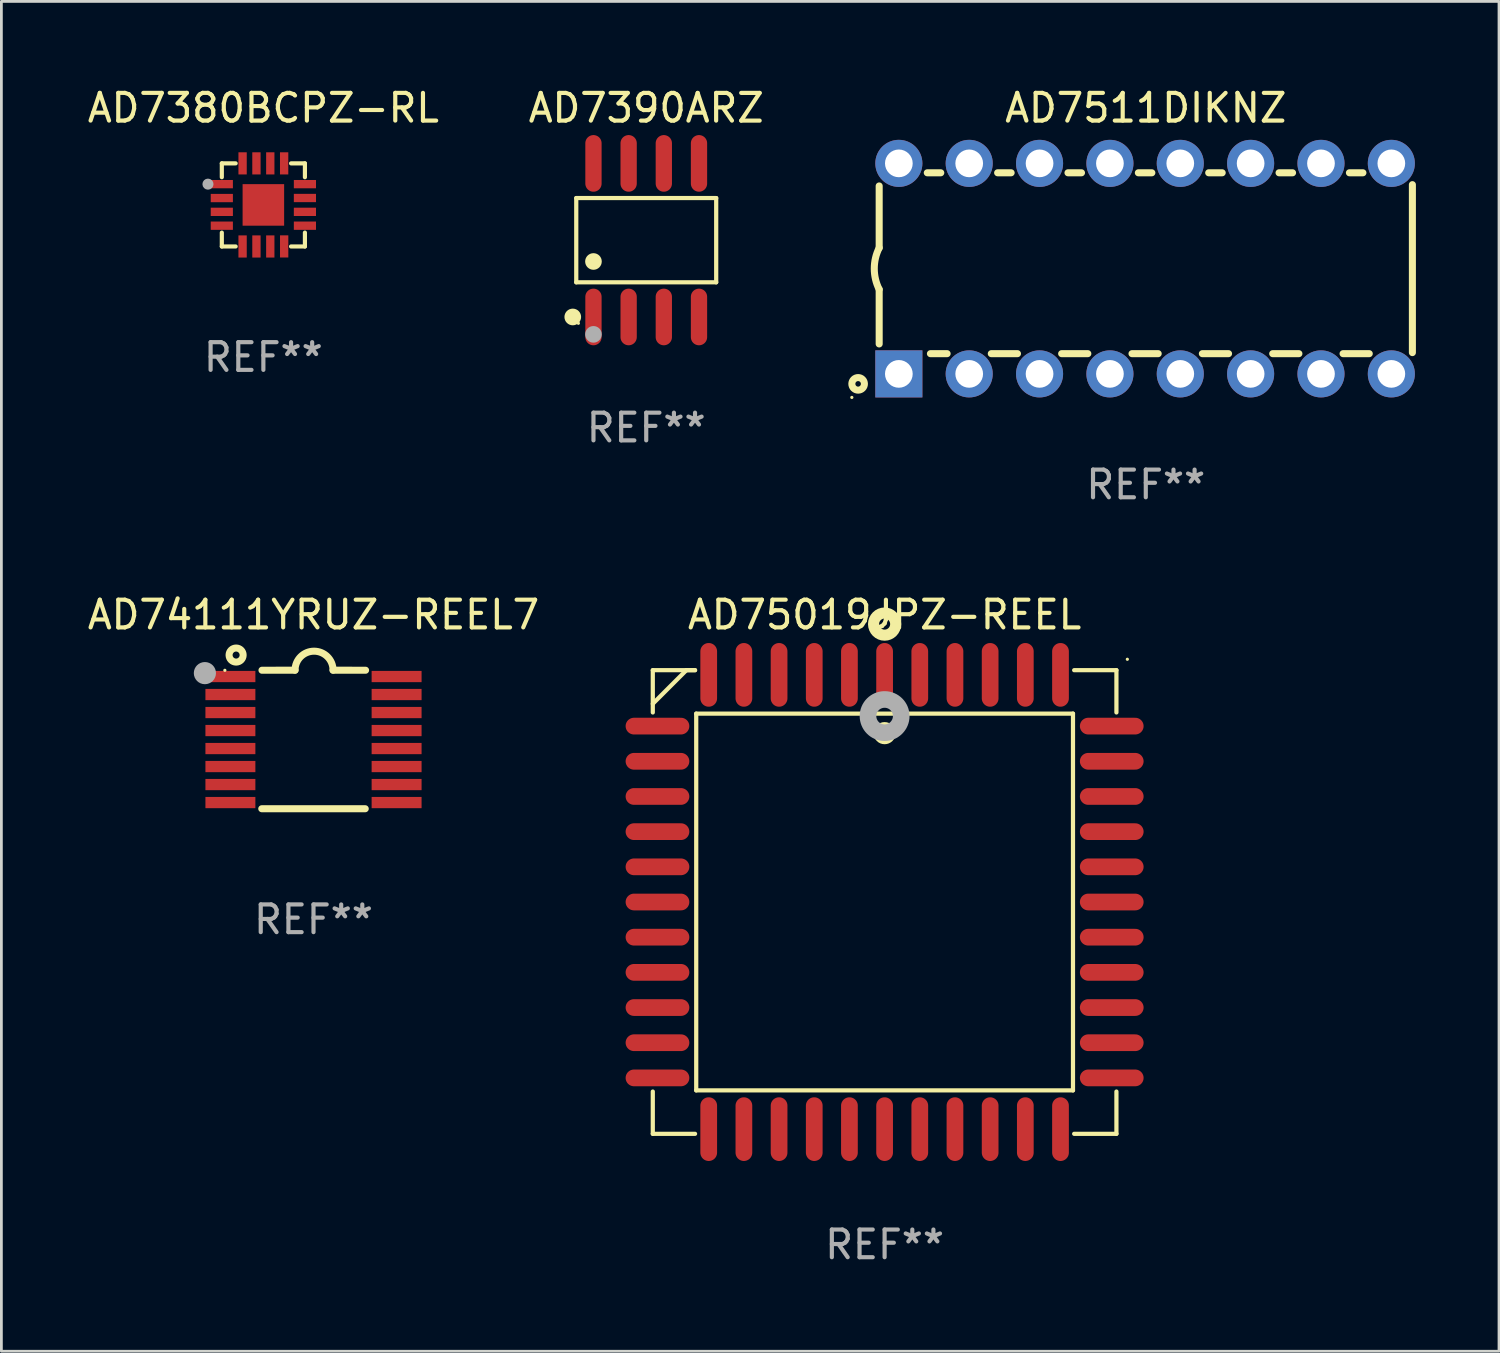
<source format=kicad_pcb>
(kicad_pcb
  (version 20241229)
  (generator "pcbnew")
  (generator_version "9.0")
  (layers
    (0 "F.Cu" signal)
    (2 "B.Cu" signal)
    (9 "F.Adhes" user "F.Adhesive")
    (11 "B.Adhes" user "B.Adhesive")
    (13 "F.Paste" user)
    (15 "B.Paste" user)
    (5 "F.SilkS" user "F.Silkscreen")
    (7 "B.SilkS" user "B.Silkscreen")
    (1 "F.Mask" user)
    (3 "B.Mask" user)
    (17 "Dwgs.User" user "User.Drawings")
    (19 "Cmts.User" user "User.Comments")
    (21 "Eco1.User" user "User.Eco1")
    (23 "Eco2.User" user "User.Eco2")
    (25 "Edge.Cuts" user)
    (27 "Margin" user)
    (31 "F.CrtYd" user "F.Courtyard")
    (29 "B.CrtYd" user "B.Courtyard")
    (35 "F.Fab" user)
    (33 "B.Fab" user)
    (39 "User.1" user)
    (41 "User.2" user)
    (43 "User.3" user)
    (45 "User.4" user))
  (footprint "AD7390ARZ"
    (layer "F.Cu")
    (at 20.28 5.621)
    (property "Reference" "AD7390ARZ" (at 0 -4.772 0) (layer "F.SilkS") (effects (font (size 1 1) (thickness 0.15))))
    (attr through_hole)
    (fp_line (start -2.526 -1.521) (end 2.526 -1.521) (stroke (width 0.152) (type solid)) (layer "F.SilkS"))
    (fp_line (start -2.526 1.521) (end -2.526 -1.521) (stroke (width 0.152) (type solid)) (layer "F.SilkS"))
    (fp_line (start 2.526 -1.521) (end 2.526 1.521) (stroke (width 0.152) (type solid)) (layer "F.SilkS"))
    (fp_line (start 2.526 1.521) (end -2.526 1.521) (stroke (width 0.152) (type solid)) (layer "F.SilkS"))
    (fp_circle (center -2.652 2.772) (end -2.501 2.772) (stroke (width 0.3) (type solid)) (fill no) (layer "F.SilkS"))
    (fp_circle (center -2.45 3) (end -2.42 3) (stroke (width 0.06) (type solid)) (fill no) (layer "F.SilkS"))
    (fp_circle (center -1.905 0.769) (end -1.755 0.769) (stroke (width 0.3) (type solid)) (fill no) (layer "F.SilkS"))
    (fp_circle (center -1.905 3.4) (end -1.755 3.4) (stroke (width 0.3) (type solid)) (fill no) (layer "F.Fab"))
    (fp_text user "REF**" (at 0 6.772 0) (layer "F.Fab") (effects (font (size 1 1) (thickness 0.15))))
    (pad "1" smd oval (at -1.905 2.772) (size 0.588 2.045) (layers "F.Cu" "F.Mask" "F.Paste"))
    (pad "2" smd oval (at -0.635 2.772) (size 0.588 2.045) (layers "F.Cu" "F.Mask" "F.Paste"))
    (pad "3" smd oval (at 0.635 2.772) (size 0.588 2.045) (layers "F.Cu" "F.Mask" "F.Paste"))
    (pad "4" smd oval (at 1.905 2.772) (size 0.588 2.045) (layers "F.Cu" "F.Mask" "F.Paste"))
    (pad "5" smd oval (at 1.905 -2.772) (size 0.588 2.045) (layers "F.Cu" "F.Mask" "F.Paste"))
    (pad "6" smd oval (at 0.635 -2.772) (size 0.588 2.045) (layers "F.Cu" "F.Mask" "F.Paste"))
    (pad "7" smd oval (at -0.635 -2.772) (size 0.588 2.045) (layers "F.Cu" "F.Mask" "F.Paste"))
    (pad "8" smd oval (at -1.905 -2.772) (size 0.588 2.045) (layers "F.Cu" "F.Mask" "F.Paste")))
  (footprint "AD75019JPZ-REEL"
    (layer "F.Cu")
    (at 28.886 29.514)
    (property "Reference" "AD75019JPZ-REEL" (at 0 -10.369 0) (layer "F.SilkS") (effects (font (size 1 1) (thickness 0.15))))
    (attr through_hole)
    (fp_line (start -8.369 -8.369) (end -8.369 -6.843) (stroke (width 0.152) (type solid)) (layer "F.SilkS"))
    (fp_line (start -8.369 8.369) (end -8.369 6.843) (stroke (width 0.152) (type solid)) (layer "F.SilkS"))
    (fp_line (start -7.156 -8.369) (end -8.369 -7.156) (stroke (width 0.152) (type solid)) (layer "F.SilkS"))
    (fp_line (start -6.843 -8.369) (end -8.369 -8.369) (stroke (width 0.152) (type solid)) (layer "F.SilkS"))
    (fp_line (start -6.843 -8.369) (end -7.156 -8.369) (stroke (width 0.152) (type solid)) (layer "F.SilkS"))
    (fp_line (start -6.843 8.369) (end -8.369 8.369) (stroke (width 0.152) (type solid)) (layer "F.SilkS"))
    (fp_line (start -6.801 -6.801) (end 6.801 -6.801) (stroke (width 0.152) (type solid)) (layer "F.SilkS"))
    (fp_line (start -6.801 6.801) (end -6.801 -6.801) (stroke (width 0.152) (type solid)) (layer "F.SilkS"))
    (fp_line (start 6.801 -6.801) (end 6.801 6.801) (stroke (width 0.152) (type solid)) (layer "F.SilkS"))
    (fp_line (start 6.801 6.801) (end -6.801 6.801) (stroke (width 0.152) (type solid)) (layer "F.SilkS"))
    (fp_line (start 6.843 -8.369) (end 8.369 -8.369) (stroke (width 0.152) (type solid)) (layer "F.SilkS"))
    (fp_line (start 6.843 8.369) (end 8.369 8.369) (stroke (width 0.152) (type solid)) (layer "F.SilkS"))
    (fp_line (start 8.369 -8.369) (end 8.369 -6.843) (stroke (width 0.152) (type solid)) (layer "F.SilkS"))
    (fp_line (start 8.369 8.369) (end 8.369 6.843) (stroke (width 0.152) (type solid)) (layer "F.SilkS"))
    (fp_circle (center -0.000013 -6.096) (end 0.2 -6.096) (stroke (width 0.4) (type solid)) (fill no) (layer "F.SilkS"))
    (fp_circle (center 0.000114 -10.033) (end 0.2 -10.033) (stroke (width 0.4) (type solid)) (fill no) (layer "F.SilkS"))
    (fp_circle (center 8.763 -8.763) (end 8.793 -8.763) (stroke (width 0.06) (type solid)) (fill no) (layer "F.SilkS"))
    (fp_circle (center 0.000114 -6.712) (end 0.3 -6.712) (stroke (width 0.6) (type solid)) (fill no) (layer "F.Fab"))
    (fp_text user "REF**" (at 0 12.369 0) (layer "F.Fab") (effects (font (size 1 1) (thickness 0.15))))
    (pad "1" smd oval (at 0.000114 -8.2) (size 0.604 2.3) (layers "F.Cu" "F.Mask" "F.Paste"))
    (pad "2" smd oval (at -1.27 -8.2) (size 0.604 2.3) (layers "F.Cu" "F.Mask" "F.Paste"))
    (pad "3" smd oval (at -2.54 -8.2) (size 0.604 2.3) (layers "F.Cu" "F.Mask" "F.Paste"))
    (pad "4" smd oval (at -3.81 -8.2) (size 0.604 2.3) (layers "F.Cu" "F.Mask" "F.Paste"))
    (pad "5" smd oval (at -5.08 -8.2) (size 0.604 2.3) (layers "F.Cu" "F.Mask" "F.Paste"))
    (pad "6" smd oval (at -6.35 -8.2) (size 0.604 2.3) (layers "F.Cu" "F.Mask" "F.Paste"))
    (pad "7" smd oval (at -8.2 -6.35) (size 2.3 0.604) (layers "F.Cu" "F.Mask" "F.Paste"))
    (pad "8" smd oval (at -8.2 -5.08) (size 2.3 0.604) (layers "F.Cu" "F.Mask" "F.Paste"))
    (pad "9" smd oval (at -8.2 -3.81) (size 2.3 0.604) (layers "F.Cu" "F.Mask" "F.Paste"))
    (pad "10" smd oval (at -8.2 -2.54) (size 2.3 0.604) (layers "F.Cu" "F.Mask" "F.Paste"))
    (pad "11" smd oval (at -8.2 -1.27) (size 2.3 0.604) (layers "F.Cu" "F.Mask" "F.Paste"))
    (pad "12" smd oval (at -8.2 0.000127) (size 2.3 0.604) (layers "F.Cu" "F.Mask" "F.Paste"))
    (pad "13" smd oval (at -8.2 1.27) (size 2.3 0.604) (layers "F.Cu" "F.Mask" "F.Paste"))
    (pad "14" smd oval (at -8.2 2.54) (size 2.3 0.604) (layers "F.Cu" "F.Mask" "F.Paste"))
    (pad "15" smd oval (at -8.2 3.81) (size 2.3 0.604) (layers "F.Cu" "F.Mask" "F.Paste"))
    (pad "16" smd oval (at -8.2 5.08) (size 2.3 0.604) (layers "F.Cu" "F.Mask" "F.Paste"))
    (pad "17" smd oval (at -8.2 6.35) (size 2.3 0.604) (layers "F.Cu" "F.Mask" "F.Paste"))
    (pad "18" smd oval (at -6.35 8.2) (size 0.604 2.3) (layers "F.Cu" "F.Mask" "F.Paste"))
    (pad "19" smd oval (at -5.08 8.2) (size 0.604 2.3) (layers "F.Cu" "F.Mask" "F.Paste"))
    (pad "20" smd oval (at -3.81 8.2) (size 0.604 2.3) (layers "F.Cu" "F.Mask" "F.Paste"))
    (pad "21" smd oval (at -2.54 8.2) (size 0.604 2.3) (layers "F.Cu" "F.Mask" "F.Paste"))
    (pad "22" smd oval (at -1.27 8.2) (size 0.604 2.3) (layers "F.Cu" "F.Mask" "F.Paste"))
    (pad "23" smd oval (at 0.000114 8.2) (size 0.604 2.3) (layers "F.Cu" "F.Mask" "F.Paste"))
    (pad "24" smd oval (at 1.27 8.2) (size 0.604 2.3) (layers "F.Cu" "F.Mask" "F.Paste"))
    (pad "25" smd oval (at 2.54 8.2) (size 0.604 2.3) (layers "F.Cu" "F.Mask" "F.Paste"))
    (pad "26" smd oval (at 3.81 8.2) (size 0.604 2.3) (layers "F.Cu" "F.Mask" "F.Paste"))
    (pad "27" smd oval (at 5.08 8.2) (size 0.604 2.3) (layers "F.Cu" "F.Mask" "F.Paste"))
    (pad "28" smd oval (at 6.35 8.2) (size 0.604 2.3) (layers "F.Cu" "F.Mask" "F.Paste"))
    (pad "29" smd oval (at 8.2 6.35) (size 2.3 0.604) (layers "F.Cu" "F.Mask" "F.Paste"))
    (pad "30" smd oval (at 8.2 5.08) (size 2.3 0.604) (layers "F.Cu" "F.Mask" "F.Paste"))
    (pad "31" smd oval (at 8.2 3.81) (size 2.3 0.604) (layers "F.Cu" "F.Mask" "F.Paste"))
    (pad "32" smd oval (at 8.2 2.54) (size 2.3 0.604) (layers "F.Cu" "F.Mask" "F.Paste"))
    (pad "33" smd oval (at 8.2 1.27) (size 2.3 0.604) (layers "F.Cu" "F.Mask" "F.Paste"))
    (pad "34" smd oval (at 8.2 0.000127) (size 2.3 0.604) (layers "F.Cu" "F.Mask" "F.Paste"))
    (pad "35" smd oval (at 8.2 -1.27) (size 2.3 0.604) (layers "F.Cu" "F.Mask" "F.Paste"))
    (pad "36" smd oval (at 8.2 -2.54) (size 2.3 0.604) (layers "F.Cu" "F.Mask" "F.Paste"))
    (pad "37" smd oval (at 8.2 -3.81) (size 2.3 0.604) (layers "F.Cu" "F.Mask" "F.Paste"))
    (pad "38" smd oval (at 8.2 -5.08) (size 2.3 0.604) (layers "F.Cu" "F.Mask" "F.Paste"))
    (pad "39" smd oval (at 8.2 -6.35) (size 2.3 0.604) (layers "F.Cu" "F.Mask" "F.Paste"))
    (pad "40" smd oval (at 6.35 -8.2) (size 0.604 2.3) (layers "F.Cu" "F.Mask" "F.Paste"))
    (pad "41" smd oval (at 5.08 -8.2) (size 0.604 2.3) (layers "F.Cu" "F.Mask" "F.Paste"))
    (pad "42" smd oval (at 3.81 -8.2) (size 0.604 2.3) (layers "F.Cu" "F.Mask" "F.Paste"))
    (pad "43" smd oval (at 2.54 -8.2) (size 0.604 2.3) (layers "F.Cu" "F.Mask" "F.Paste"))
    (pad "44" smd oval (at 1.27 -8.2) (size 0.604 2.3) (layers "F.Cu" "F.Mask" "F.Paste")))
  (footprint "AD7511DIKNZ"
    (layer "F.Cu")
    (at 38.315 6.648)
    (property "Reference" "AD7511DIKNZ" (at 0 -5.8 0) (layer "F.SilkS") (effects (font (size 1 1) (thickness 0.15))))
    (attr through_hole)
    (fp_line (start -9.625 -0.75) (end -9.625 -2.985) (stroke (width 0.254) (type solid)) (layer "F.SilkS"))
    (fp_line (start -9.625 0.749) (end -9.625 2.719) (stroke (width 0.254) (type solid)) (layer "F.SilkS"))
    (fp_line (start -7.889 -3.46) (end -7.401 -3.46) (stroke (width 0.254) (type solid)) (layer "F.SilkS"))
    (fp_line (start -7.775 3.07) (end -7.172 3.07) (stroke (width 0.254) (type solid)) (layer "F.SilkS"))
    (fp_line (start -5.578 3.07) (end -4.632 3.07) (stroke (width 0.254) (type solid)) (layer "F.SilkS"))
    (fp_line (start -5.349 -3.46) (end -4.861 -3.46) (stroke (width 0.254) (type solid)) (layer "F.SilkS"))
    (fp_line (start -3.038 3.07) (end -2.092 3.07) (stroke (width 0.254) (type solid)) (layer "F.SilkS"))
    (fp_line (start -2.809 -3.46) (end -2.321 -3.46) (stroke (width 0.254) (type solid)) (layer "F.SilkS"))
    (fp_line (start -0.498 3.07) (end 0.448 3.07) (stroke (width 0.254) (type solid)) (layer "F.SilkS"))
    (fp_line (start -0.269 -3.46) (end 0.219 -3.46) (stroke (width 0.254) (type solid)) (layer "F.SilkS"))
    (fp_line (start 2.042 3.07) (end 2.988 3.07) (stroke (width 0.254) (type solid)) (layer "F.SilkS"))
    (fp_line (start 2.271 -3.46) (end 2.759 -3.46) (stroke (width 0.254) (type solid)) (layer "F.SilkS"))
    (fp_line (start 4.582 3.07) (end 5.528 3.07) (stroke (width 0.254) (type solid)) (layer "F.SilkS"))
    (fp_line (start 4.811 -3.46) (end 5.299 -3.46) (stroke (width 0.254) (type solid)) (layer "F.SilkS"))
    (fp_line (start 7.122 3.07) (end 8.068 3.07) (stroke (width 0.254) (type solid)) (layer "F.SilkS"))
    (fp_line (start 7.351 -3.46) (end 7.839 -3.46) (stroke (width 0.254) (type solid)) (layer "F.SilkS"))
    (fp_line (start 9.625 3.032) (end 9.625 -3.032) (stroke (width 0.254) (type solid)) (layer "F.SilkS"))
    (fp_arc (start -9.62498 0.748819) (mid -9.801899 -0.000581) (end -9.625006 -0.749987) (stroke (width 0.254001) (type solid)) (layer "F.SilkS"))
    (fp_circle (center -10.612 4.65) (end -10.582 4.65) (stroke (width 0.06) (type solid)) (fill no) (layer "F.SilkS"))
    (fp_circle (center -10.385 4.16) (end -10.285 4.16) (stroke (width 0.254) (type solid)) (fill no) (layer "F.SilkS"))
    (fp_text user "REF**" (at 0 7.8 0) (layer "F.Fab") (effects (font (size 1 1) (thickness 0.15))))
    (pad "1" thru_hole rect (at -8.915 3.8 90) (size 1.7 1.7) (drill 1) (layers "*.Cu" "*.Mask"))
    (pad "2" thru_hole circle (at -6.375 3.8) (size 1.7 1.7) (drill 1) (layers "*.Cu" "*.Mask"))
    (pad "3" thru_hole circle (at -3.835 3.8) (size 1.7 1.7) (drill 1) (layers "*.Cu" "*.Mask"))
    (pad "4" thru_hole circle (at -1.295 3.8) (size 1.7 1.7) (drill 1) (layers "*.Cu" "*.Mask"))
    (pad "5" thru_hole circle (at 1.245 3.8) (size 1.7 1.7) (drill 1) (layers "*.Cu" "*.Mask"))
    (pad "6" thru_hole circle (at 3.785 3.8) (size 1.7 1.7) (drill 1) (layers "*.Cu" "*.Mask"))
    (pad "7" thru_hole circle (at 6.325 3.8) (size 1.7 1.7) (drill 1) (layers "*.Cu" "*.Mask"))
    (pad "8" thru_hole circle (at 8.865 3.8) (size 1.7 1.7) (drill 1) (layers "*.Cu" "*.Mask"))
    (pad "9" thru_hole circle (at 8.865 -3.8) (size 1.7 1.7) (drill 1) (layers "*.Cu" "*.Mask"))
    (pad "10" thru_hole circle (at 6.325 -3.8) (size 1.7 1.7) (drill 1) (layers "*.Cu" "*.Mask"))
    (pad "11" thru_hole circle (at 3.785 -3.8) (size 1.7 1.7) (drill 1) (layers "*.Cu" "*.Mask"))
    (pad "12" thru_hole circle (at 1.245 -3.8) (size 1.7 1.7) (drill 1) (layers "*.Cu" "*.Mask"))
    (pad "13" thru_hole circle (at -1.295 -3.8) (size 1.7 1.7) (drill 1) (layers "*.Cu" "*.Mask"))
    (pad "14" thru_hole circle (at -3.835 -3.8) (size 1.7 1.7) (drill 1) (layers "*.Cu" "*.Mask"))
    (pad "15" thru_hole circle (at -6.375 -3.8) (size 1.7 1.7) (drill 1) (layers "*.Cu" "*.Mask"))
    (pad "16" thru_hole circle (at -8.915 -3.8) (size 1.7 1.7) (drill 1) (layers "*.Cu" "*.Mask")))
  (footprint "AD7380BCPZ-RL"
    (layer "F.Cu")
    (at 6.458 4.348)
    (property "Reference" "AD7380BCPZ-RL" (at 0 -3.5 0) (layer "F.SilkS") (effects (font (size 1 1) (thickness 0.15))))
    (attr through_hole)
    (fp_line (start -1.5 -1.5) (end -1 -1.5) (stroke (width 0.15) (type solid)) (layer "F.SilkS"))
    (fp_line (start -1.5 -1) (end -1.5 -1.5) (stroke (width 0.15) (type solid)) (layer "F.SilkS"))
    (fp_line (start -1.5 1) (end -1.5 1.5) (stroke (width 0.15) (type solid)) (layer "F.SilkS"))
    (fp_line (start -1.5 1.5) (end -1 1.5) (stroke (width 0.15) (type solid)) (layer "F.SilkS"))
    (fp_line (start 1 -1.5) (end 1.5 -1.5) (stroke (width 0.15) (type solid)) (layer "F.SilkS"))
    (fp_line (start 1 1.5) (end 1.5 1.5) (stroke (width 0.15) (type solid)) (layer "F.SilkS"))
    (fp_line (start 1.5 -1.5) (end 1.5 -1) (stroke (width 0.15) (type solid)) (layer "F.SilkS"))
    (fp_line (start 1.5 1.5) (end 1.5 1) (stroke (width 0.15) (type solid)) (layer "F.SilkS"))
    (fp_arc (start -2.082931 -0.784989) (mid -2.082937 -0.786259) (end -2.082931 -0.787529) (stroke (width 0.150114) (type solid)) (layer "F.SilkS"))
    (fp_circle (center -1.5 -1.5) (end -1.47 -1.5) (stroke (width 0.06) (type solid)) (fill no) (layer "F.SilkS"))
    (fp_circle (center -2 -0.75) (end -1.9 -0.75) (stroke (width 0.2) (type solid)) (fill no) (layer "F.Fab"))
    (fp_text user "REF**" (at 0 5.5 0) (layer "F.Fab") (effects (font (size 1 1) (thickness 0.15))))
    (pad "1" smd rect (at -1.5 -0.75 90) (size 0.3 0.8) (layers "F.Cu" "F.Mask" "F.Paste"))
    (pad "2" smd rect (at -1.5 -0.248 90) (size 0.3 0.8) (layers "F.Cu" "F.Mask" "F.Paste"))
    (pad "3" smd rect (at -1.5 0.25 90) (size 0.3 0.8) (layers "F.Cu" "F.Mask" "F.Paste"))
    (pad "4" smd rect (at -1.5 0.75 90) (size 0.3 0.8) (layers "F.Cu" "F.Mask" "F.Paste"))
    (pad "5" smd rect (at -0.75 1.5) (size 0.3 0.8) (layers "F.Cu" "F.Mask" "F.Paste"))
    (pad "6" smd rect (at -0.25 1.5) (size 0.3 0.8) (layers "F.Cu" "F.Mask" "F.Paste"))
    (pad "7" smd rect (at 0.25 1.5) (size 0.3 0.8) (layers "F.Cu" "F.Mask" "F.Paste"))
    (pad "8" smd rect (at 0.751 1.498) (size 0.3 0.8) (layers "F.Cu" "F.Mask" "F.Paste"))
    (pad "9" smd rect (at 1.5 0.75 90) (size 0.3 0.8) (layers "F.Cu" "F.Mask" "F.Paste"))
    (pad "10" smd rect (at 1.5 0.25 90) (size 0.3 0.8) (layers "F.Cu" "F.Mask" "F.Paste"))
    (pad "11" smd rect (at 1.5 -0.25 90) (size 0.3 0.8) (layers "F.Cu" "F.Mask" "F.Paste"))
    (pad "12" smd rect (at 1.5 -0.75 90) (size 0.3 0.8) (layers "F.Cu" "F.Mask" "F.Paste"))
    (pad "13" smd rect (at 0.75 -1.5) (size 0.3 0.8) (layers "F.Cu" "F.Mask" "F.Paste"))
    (pad "14" smd rect (at 0.25 -1.5) (size 0.3 0.8) (layers "F.Cu" "F.Mask" "F.Paste"))
    (pad "15" smd rect (at -0.25 -1.5) (size 0.3 0.8) (layers "F.Cu" "F.Mask" "F.Paste"))
    (pad "16" smd rect (at -0.75 -1.5) (size 0.3 0.8) (layers "F.Cu" "F.Mask" "F.Paste"))
    (pad "17" smd rect (at -0.000127 -0.000127 90) (size 1.5 1.5) (layers "F.Cu" "F.Mask" "F.Paste")))
  (footprint "AD74111YRUZ-REEL7"
    (layer "F.Cu")
    (at 8.268 23.646)
    (property "Reference" "AD74111YRUZ-REEL7" (at 0 -4.501 0) (layer "F.SilkS") (effects (font (size 1 1) (thickness 0.15))))
    (attr through_hole)
    (fp_line (start -1.868 2.501) (end 1.868 2.501) (stroke (width 0.254) (type solid)) (layer "F.SilkS"))
    (fp_line (start -1.86 -2.499) (end -0.666 -2.501) (stroke (width 0.254) (type solid)) (layer "F.SilkS"))
    (fp_line (start 0.706 -2.501) (end 1.88 -2.499) (stroke (width 0.254) (type solid)) (layer "F.SilkS"))
    (fp_arc (start -0.665914 -2.501448) (mid 0.019888 -3.18725) (end 0.70569 -2.501448) (stroke (width 0.254001) (type solid)) (layer "F.SilkS"))
    (fp_circle (center -3.2 -2.497) (end -3.17 -2.497) (stroke (width 0.06) (type solid)) (fill no) (layer "F.SilkS"))
    (fp_circle (center -2.794 -3.047) (end -2.54 -3.047) (stroke (width 0.254) (type solid)) (fill no) (layer "F.SilkS"))
    (fp_circle (center -3.921 -2.395) (end -3.721 -2.395) (stroke (width 0.4) (type solid)) (fill no) (layer "F.Fab"))
    (fp_text user "REF**" (at 0 6.501 0) (layer "F.Fab") (effects (font (size 1 1) (thickness 0.15))))
    (pad "1" smd rect (at -3 -2.272) (size 1.803 0.406) (layers "F.Cu" "F.Mask" "F.Paste"))
    (pad "2" smd rect (at -3 -1.622) (size 1.803 0.406) (layers "F.Cu" "F.Mask" "F.Paste"))
    (pad "3" smd rect (at -3 -0.972) (size 1.803 0.406) (layers "F.Cu" "F.Mask" "F.Paste"))
    (pad "4" smd rect (at -3 -0.322) (size 1.803 0.406) (layers "F.Cu" "F.Mask" "F.Paste"))
    (pad "5" smd rect (at -3 0.328) (size 1.803 0.406) (layers "F.Cu" "F.Mask" "F.Paste"))
    (pad "6" smd rect (at -3 0.978) (size 1.803 0.406) (layers "F.Cu" "F.Mask" "F.Paste"))
    (pad "7" smd rect (at -3 1.628) (size 1.803 0.406) (layers "F.Cu" "F.Mask" "F.Paste"))
    (pad "8" smd rect (at -3 2.278) (size 1.803 0.406) (layers "F.Cu" "F.Mask" "F.Paste"))
    (pad "9" smd rect (at 3 2.278) (size 1.803 0.406) (layers "F.Cu" "F.Mask" "F.Paste"))
    (pad "10" smd rect (at 3 1.628) (size 1.803 0.406) (layers "F.Cu" "F.Mask" "F.Paste"))
    (pad "11" smd rect (at 3 0.978) (size 1.803 0.406) (layers "F.Cu" "F.Mask" "F.Paste"))
    (pad "12" smd rect (at 3 0.328) (size 1.803 0.406) (layers "F.Cu" "F.Mask" "F.Paste"))
    (pad "13" smd rect (at 3 -0.322) (size 1.803 0.406) (layers "F.Cu" "F.Mask" "F.Paste"))
    (pad "14" smd rect (at 3 -0.972) (size 1.803 0.406) (layers "F.Cu" "F.Mask" "F.Paste"))
    (pad "15" smd rect (at 3 -1.622) (size 1.803 0.406) (layers "F.Cu" "F.Mask" "F.Paste"))
    (pad "16" smd rect (at 3 -2.272) (size 1.803 0.406) (layers "F.Cu" "F.Mask" "F.Paste")))
  (gr_rect
    (start -3 -3)
    (end 51.067 45.732)
    (stroke (width 0.1) (type default))
    (fill no)
    (layer "Edge.Cuts")))
</source>
